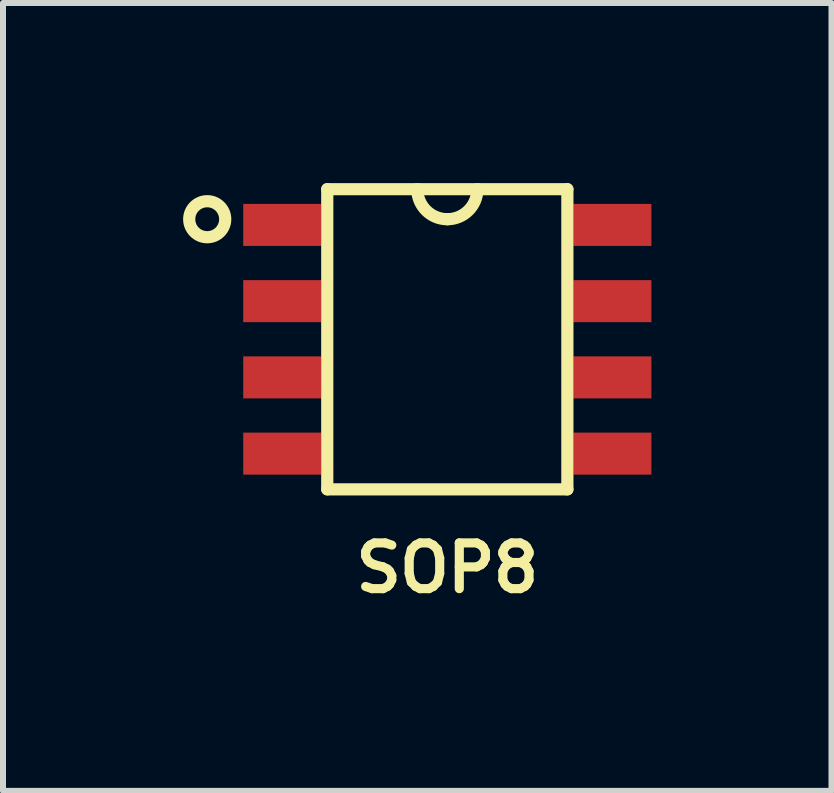
<source format=kicad_pcb>
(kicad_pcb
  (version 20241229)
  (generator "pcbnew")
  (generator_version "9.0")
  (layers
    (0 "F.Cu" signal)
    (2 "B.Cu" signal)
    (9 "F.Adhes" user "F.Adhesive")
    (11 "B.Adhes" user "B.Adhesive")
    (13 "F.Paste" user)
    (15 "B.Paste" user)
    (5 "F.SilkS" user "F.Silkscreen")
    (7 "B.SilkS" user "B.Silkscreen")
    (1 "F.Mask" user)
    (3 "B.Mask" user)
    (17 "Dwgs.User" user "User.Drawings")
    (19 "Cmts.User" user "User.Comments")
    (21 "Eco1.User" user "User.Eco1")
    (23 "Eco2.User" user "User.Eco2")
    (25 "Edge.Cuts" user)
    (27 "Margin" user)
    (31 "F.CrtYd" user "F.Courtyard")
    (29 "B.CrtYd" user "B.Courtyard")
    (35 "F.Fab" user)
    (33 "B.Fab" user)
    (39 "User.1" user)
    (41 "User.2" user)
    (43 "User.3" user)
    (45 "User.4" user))
  (footprint "SOP8"
    (layer "F.Cu")
    (at 4.402 2.602)
    (property "Reference" "SOP8" (at 0 3.81 0) (layer "F.SilkS") (effects (font (size 0.762 0.762) (thickness 0.152))))
    (attr smd)
    (fp_line (start -2 -2.5) (end -2 2.5) (stroke (width 0.203) (type solid)) (layer "F.SilkS"))
    (fp_line (start -2 2.5) (end 2 2.5) (stroke (width 0.203) (type solid)) (layer "F.SilkS"))
    (fp_line (start 2 -2.5) (end -2 -2.5) (stroke (width 0.203) (type solid)) (layer "F.SilkS"))
    (fp_line (start 2 2.5) (end 2 -2.5) (stroke (width 0.203) (type solid)) (layer "F.SilkS"))
    (fp_arc (start 0 -2) (mid -0.353553 -2.146447) (end -0.5 -2.5) (stroke (width 0.2032) (type solid)) (layer "F.SilkS"))
    (fp_arc (start 0.5 -2.5) (mid 0.353553 -2.146447) (end 0 -2) (stroke (width 0.2032) (type solid)) (layer "F.SilkS"))
    (fp_circle (center -4 -2) (end -3.7 -2) (stroke (width 0.203) (type solid)) (fill no) (layer "F.SilkS"))
    (pad "1" smd rect (at -2.75 -1.905) (size 1.3 0.7) (layers "F.Cu" "F.Mask" "F.Paste"))
    (pad "2" smd rect (at -2.75 -0.635) (size 1.3 0.7) (layers "F.Cu" "F.Mask" "F.Paste"))
    (pad "3" smd rect (at -2.75 0.635) (size 1.3 0.7) (layers "F.Cu" "F.Mask" "F.Paste"))
    (pad "4" smd rect (at -2.75 1.905) (size 1.3 0.7) (layers "F.Cu" "F.Mask" "F.Paste"))
    (pad "5" smd rect (at 2.75 1.905) (size 1.3 0.7) (layers "F.Cu" "F.Mask" "F.Paste"))
    (pad "6" smd rect (at 2.75 0.635) (size 1.3 0.7) (layers "F.Cu" "F.Mask" "F.Paste"))
    (pad "7" smd rect (at 2.75 -0.635) (size 1.3 0.7) (layers "F.Cu" "F.Mask" "F.Paste"))
    (pad "8" smd rect (at 2.75 -1.905) (size 1.3 0.7) (layers "F.Cu" "F.Mask" "F.Paste")))
  (gr_rect
    (start -3 -3)
    (end 10.802 10.125)
    (stroke (width 0.1) (type default))
    (fill no)
    (layer "Edge.Cuts")))
</source>
